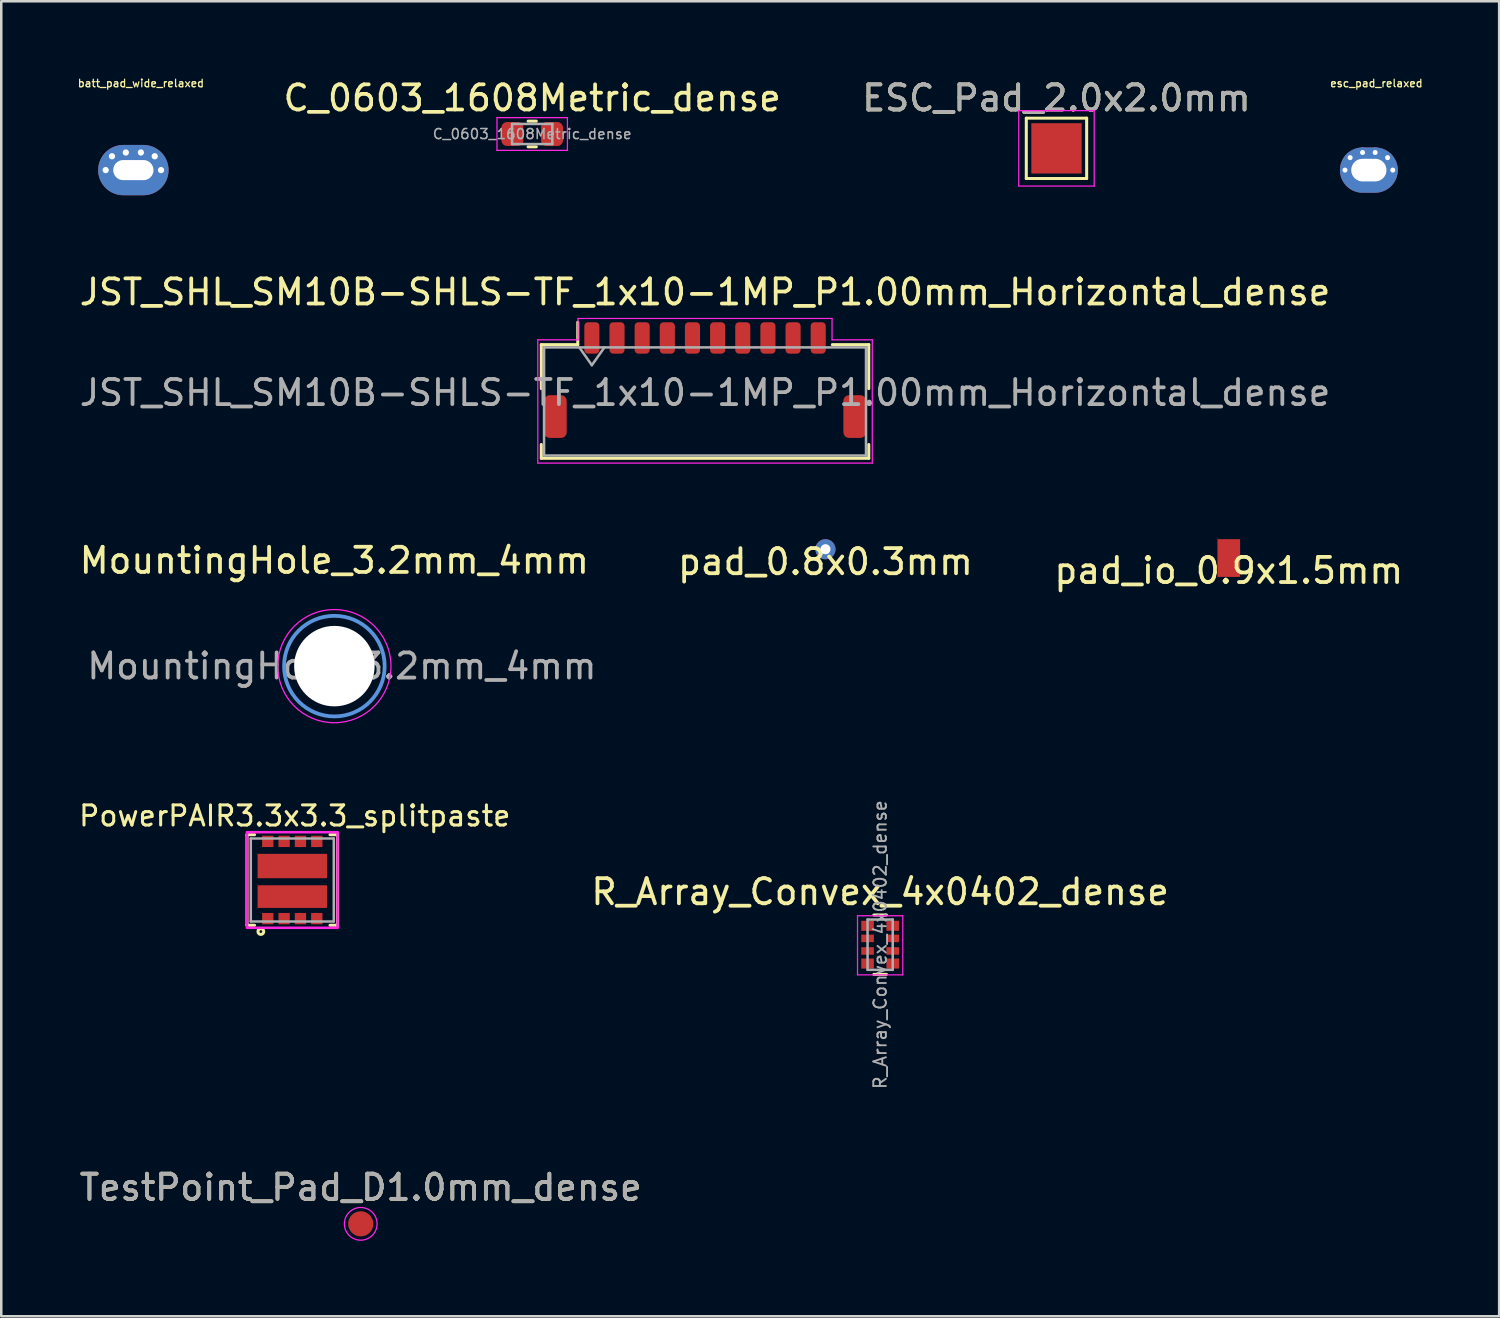
<source format=kicad_pcb>
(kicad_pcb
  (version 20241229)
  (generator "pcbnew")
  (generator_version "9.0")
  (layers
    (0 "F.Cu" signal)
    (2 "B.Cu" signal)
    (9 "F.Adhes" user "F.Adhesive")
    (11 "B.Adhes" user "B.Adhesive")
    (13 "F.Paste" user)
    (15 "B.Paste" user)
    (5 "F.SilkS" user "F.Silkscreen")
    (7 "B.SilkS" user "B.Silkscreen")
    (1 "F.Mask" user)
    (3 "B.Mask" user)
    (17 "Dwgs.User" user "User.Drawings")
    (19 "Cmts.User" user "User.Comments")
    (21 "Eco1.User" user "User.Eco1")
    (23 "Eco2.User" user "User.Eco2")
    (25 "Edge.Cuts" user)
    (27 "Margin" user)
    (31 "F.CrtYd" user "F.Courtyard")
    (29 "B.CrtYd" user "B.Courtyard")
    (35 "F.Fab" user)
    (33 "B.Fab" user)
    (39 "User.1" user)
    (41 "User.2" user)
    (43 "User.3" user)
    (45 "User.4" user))
  (footprint "R_Array_Convex_4x0402_dense"
    (layer "F.Cu")
    (at 31.944 34.51)
    (property "Reference" "R_Array_Convex_4x0402_dense" (at 0 -2.1 0) (layer "F.SilkS") (effects (font (size 1 1) (thickness 0.15))))
    (attr smd)
    (fp_line (start 0.25 -1.18) (end -0.25 -1.18) (stroke (width 0.12) (type solid)) (layer "F.SilkS"))
    (fp_line (start 0.25 1.18) (end -0.25 1.18) (stroke (width 0.12) (type solid)) (layer "F.SilkS"))
    (fp_line (start -0.9 -1.15) (end -0.9 1.2) (stroke (width 0.05) (type solid)) (layer "F.CrtYd"))
    (fp_line (start -0.9 -1.15) (end 0.9 -1.15) (stroke (width 0.05) (type solid)) (layer "F.CrtYd"))
    (fp_line (start 0.9 1.2) (end -0.9 1.2) (stroke (width 0.05) (type solid)) (layer "F.CrtYd"))
    (fp_line (start 0.9 1.2) (end 0.9 -1.15) (stroke (width 0.05) (type solid)) (layer "F.CrtYd"))
    (fp_line (start -0.5 -1) (end 0.5 -1) (stroke (width 0.1) (type solid)) (layer "F.Fab"))
    (fp_line (start -0.5 1) (end -0.5 -1) (stroke (width 0.1) (type solid)) (layer "F.Fab"))
    (fp_line (start 0.5 -1) (end 0.5 1) (stroke (width 0.1) (type solid)) (layer "F.Fab"))
    (fp_line (start 0.5 1) (end -0.5 1) (stroke (width 0.1) (type solid)) (layer "F.Fab"))
    (fp_text user "${REFERENCE}" (at 0 0 90) (layer "F.Fab") (effects (font (size 0.5 0.5) (thickness 0.075))))
    (pad "1" smd rect (at -0.5 -0.75) (size 0.5 0.4) (layers "F.Cu" "F.Mask" "F.Paste"))
    (pad "2" smd rect (at -0.5 -0.25) (size 0.5 0.3) (layers "F.Cu" "F.Mask" "F.Paste"))
    (pad "3" smd rect (at -0.5 0.25) (size 0.5 0.3) (layers "F.Cu" "F.Mask" "F.Paste"))
    (pad "4" smd rect (at -0.5 0.75) (size 0.5 0.4) (layers "F.Cu" "F.Mask" "F.Paste"))
    (pad "5" smd rect (at 0.5 0.75) (size 0.5 0.4) (layers "F.Cu" "F.Mask" "F.Paste"))
    (pad "6" smd rect (at 0.5 0.25) (size 0.5 0.3) (layers "F.Cu" "F.Mask" "F.Paste"))
    (pad "7" smd rect (at 0.5 -0.25) (size 0.5 0.3) (layers "F.Cu" "F.Mask" "F.Paste"))
    (pad "8" smd rect (at 0.5 -0.75) (size 0.5 0.4) (layers "F.Cu" "F.Mask" "F.Paste")))
  (footprint "JST_SHL_SM10B-SHLS-TF_1x10-1MP_P1.00mm_Horizontal_dense"
    (layer "F.Cu")
    (at 24.982 12.062)
    (property "Reference" "JST_SHL_SM10B-SHLS-TF_1x10-1MP_P1.00mm_Horizontal_dense" (at 0 -3.5 0) (layer "F.SilkS") (effects (font (size 1 1) (thickness 0.15))))
    (attr smd)
    (fp_line (start -6.51 -1.41) (end -5.06 -1.41) (stroke (width 0.12) (type solid)) (layer "F.SilkS"))
    (fp_line (start -6.51 0.34) (end -6.51 -1.41) (stroke (width 0.12) (type solid)) (layer "F.SilkS"))
    (fp_line (start -6.51 2.56) (end -6.51 3.11) (stroke (width 0.12) (type solid)) (layer "F.SilkS"))
    (fp_line (start -6.51 3.11) (end 6.51 3.11) (stroke (width 0.12) (type solid)) (layer "F.SilkS"))
    (fp_line (start -5.06 -1.41) (end -5.06 -2.3) (stroke (width 0.12) (type solid)) (layer "F.SilkS"))
    (fp_line (start 6.51 -1.41) (end 5.06 -1.41) (stroke (width 0.12) (type solid)) (layer "F.SilkS"))
    (fp_line (start 6.51 0.34) (end 6.51 -1.41) (stroke (width 0.12) (type solid)) (layer "F.SilkS"))
    (fp_line (start 6.51 3.11) (end 6.51 2.56) (stroke (width 0.12) (type solid)) (layer "F.SilkS"))
    (fp_line (start -6.65 -1.6) (end -6.65 3.3) (stroke (width 0.05) (type solid)) (layer "F.CrtYd"))
    (fp_line (start -6.65 3.3) (end 6.65 3.3) (stroke (width 0.05) (type solid)) (layer "F.CrtYd"))
    (fp_line (start -5.05 -2.45) (end -5.05 -1.6) (stroke (width 0.05) (type solid)) (layer "F.CrtYd"))
    (fp_line (start -5.05 -1.6) (end -6.65 -1.6) (stroke (width 0.05) (type solid)) (layer "F.CrtYd"))
    (fp_line (start 5.05 -2.45) (end -5.05 -2.45) (stroke (width 0.05) (type solid)) (layer "F.CrtYd"))
    (fp_line (start 5.05 -2.45) (end 5.05 -1.6) (stroke (width 0.05) (type solid)) (layer "F.CrtYd"))
    (fp_line (start 5.05 -1.6) (end 6.65 -1.6) (stroke (width 0.05) (type solid)) (layer "F.CrtYd"))
    (fp_line (start 6.65 3.3) (end 6.65 -1.6) (stroke (width 0.05) (type solid)) (layer "F.CrtYd"))
    (fp_line (start -6.4 -1.3) (end -6.4 3) (stroke (width 0.1) (type solid)) (layer "F.Fab"))
    (fp_line (start -6.4 -1.3) (end 6.4 -1.3) (stroke (width 0.1) (type solid)) (layer "F.Fab"))
    (fp_line (start -6.4 3) (end 6.4 3) (stroke (width 0.1) (type solid)) (layer "F.Fab"))
    (fp_line (start -5 -1.3) (end -4.5 -0.593) (stroke (width 0.1) (type solid)) (layer "F.Fab"))
    (fp_line (start -4.5 -0.593) (end -4 -1.3) (stroke (width 0.1) (type solid)) (layer "F.Fab"))
    (fp_line (start 6.4 -1.3) (end 6.4 3) (stroke (width 0.1) (type solid)) (layer "F.Fab"))
    (fp_text user "${REFERENCE}" (at 0 0.5 0) (layer "F.Fab") (effects (font (size 1 1) (thickness 0.15))))
    (pad "1" smd roundrect (at -4.5 -1.675) (size 0.6 1.25) (layers "F.Cu" "F.Mask" "F.Paste") (roundrect_rratio 0.25))
    (pad "2" smd roundrect (at -3.5 -1.675) (size 0.6 1.25) (layers "F.Cu" "F.Mask" "F.Paste") (roundrect_rratio 0.25))
    (pad "3" smd roundrect (at -2.5 -1.675) (size 0.6 1.25) (layers "F.Cu" "F.Mask" "F.Paste") (roundrect_rratio 0.25))
    (pad "4" smd roundrect (at -1.5 -1.675) (size 0.6 1.25) (layers "F.Cu" "F.Mask" "F.Paste") (roundrect_rratio 0.25))
    (pad "5" smd roundrect (at -0.5 -1.675) (size 0.6 1.25) (layers "F.Cu" "F.Mask" "F.Paste") (roundrect_rratio 0.25))
    (pad "6" smd roundrect (at 0.5 -1.675) (size 0.6 1.25) (layers "F.Cu" "F.Mask" "F.Paste") (roundrect_rratio 0.25))
    (pad "7" smd roundrect (at 1.5 -1.675) (size 0.6 1.25) (layers "F.Cu" "F.Mask" "F.Paste") (roundrect_rratio 0.25))
    (pad "8" smd roundrect (at 2.5 -1.675) (size 0.6 1.25) (layers "F.Cu" "F.Mask" "F.Paste") (roundrect_rratio 0.25))
    (pad "9" smd roundrect (at 3.5 -1.675) (size 0.6 1.25) (layers "F.Cu" "F.Mask" "F.Paste") (roundrect_rratio 0.25))
    (pad "10" smd roundrect (at 4.5 -1.675) (size 0.6 1.25) (layers "F.Cu" "F.Mask" "F.Paste") (roundrect_rratio 0.25))
    (pad "MP" smd roundrect (at -5.95 1.45) (size 0.9 1.7) (layers "F.Cu" "F.Mask" "F.Paste") (roundrect_rratio 0.25))
    (pad "MP" smd roundrect (at 5.95 1.45) (size 0.9 1.7) (layers "F.Cu" "F.Mask" "F.Paste") (roundrect_rratio 0.25)))
  (footprint "pad_0.8x0.3mm"
    (layer "F.Cu")
    (at 29.77 18.787)
    (property "Reference" "pad_0.8x0.3mm" (at 0 0.5 0) (layer "F.SilkS") (effects (font (size 1 1) (thickness 0.15))))
    (attr through_hole)
    (pad "1" thru_hole circle (at 0 0) (size 0.8 0.8) (drill 0.4) (layers "*.Cu" "*.Mask")))
  (footprint "TestPoint_Pad_D1.0mm_dense"
    (layer "F.Cu")
    (at 11.292 45.609)
    (property "Reference" "TestPoint_Pad_D1.0mm_dense" (at 0 -1.448 0) (layer "F.SilkS") (effects (font (size 1 1) (thickness 0.15))))
    (attr exclude_from_pos_files exclude_from_bom)
    (fp_circle (center 0 0) (end 0.65 0) (stroke (width 0.05) (type solid)) (fill no) (layer "F.CrtYd"))
    (fp_text user "${REFERENCE}" (at 0 -1.45 0) (layer "F.Fab") (effects (font (size 1 1) (thickness 0.15))))
    (pad "1" smd circle (at 0 0) (size 1 1) (layers "F.Cu" "F.Mask")))
  (footprint "PowerPAIR3.3x3.3_splitpaste"
    (layer "F.Cu")
    (at 8.571 31.938)
    (property "Reference" "PowerPAIR3.3x3.3_splitpaste" (at 0.1 -2.55 0) (layer "F.SilkS") (effects (font (size 0.8 0.8) (thickness 0.12))))
    (attr smd)
    (fp_line (start -1.8 -1.8) (end -1.8 1.8) (stroke (width 0.12) (type solid)) (layer "F.SilkS"))
    (fp_line (start -1.8 1.8) (end -1.5 1.8) (stroke (width 0.12) (type solid)) (layer "F.SilkS"))
    (fp_line (start -1.5 -1.8) (end -1.8 -1.8) (stroke (width 0.12) (type solid)) (layer "F.SilkS"))
    (fp_line (start 1.5 -1.8) (end 1.8 -1.8) (stroke (width 0.12) (type solid)) (layer "F.SilkS"))
    (fp_line (start 1.8 -1.8) (end 1.8 1.8) (stroke (width 0.12) (type solid)) (layer "F.SilkS"))
    (fp_line (start 1.8 1.8) (end 1.5 1.8) (stroke (width 0.12) (type solid)) (layer "F.SilkS"))
    (fp_circle (center -1.25 2.05) (end -1.195 2.05) (stroke (width 0.12) (type solid)) (fill no) (layer "F.SilkS"))
    (fp_line (start -1.8 -1.9) (end -1.8 1.9) (stroke (width 0.1) (type solid)) (layer "F.CrtYd"))
    (fp_line (start -1.8 -1.9) (end 1.8 -1.9) (stroke (width 0.1) (type solid)) (layer "F.CrtYd"))
    (fp_line (start -1.8 1.9) (end 1.8 1.9) (stroke (width 0.1) (type solid)) (layer "F.CrtYd"))
    (fp_line (start 1.8 -1.9) (end 1.8 1.9) (stroke (width 0.1) (type solid)) (layer "F.CrtYd"))
    (fp_line (start -1.65 -1.65) (end 1.65 -1.65) (stroke (width 0.1) (type solid)) (layer "F.Fab"))
    (fp_line (start -1.65 1.65) (end -1.65 -1.65) (stroke (width 0.1) (type solid)) (layer "F.Fab"))
    (fp_line (start 1.65 -1.65) (end 1.65 1.65) (stroke (width 0.1) (type solid)) (layer "F.Fab"))
    (fp_line (start 1.65 1.65) (end -1.65 1.65) (stroke (width 0.1) (type solid)) (layer "F.Fab"))
    (pad "" smd roundrect (at -0.755 -0.555) (size 1.25 0.9) (layers "F.Paste") (roundrect_rratio 0.2))
    (pad "" smd roundrect (at -0.755 0.66) (size 1.25 0.8) (layers "F.Paste") (roundrect_rratio 0.2))
    (pad "" smd roundrect (at 0.755 -0.555) (size 1.25 0.9) (layers "F.Paste") (roundrect_rratio 0.2))
    (pad "" smd roundrect (at 0.755 0.66) (size 1.25 0.8) (layers "F.Paste") (roundrect_rratio 0.2))
    (pad "1" smd rect (at -0.975 1.536) (size 0.45 0.45) (layers "F.Cu" "F.Mask" "F.Paste"))
    (pad "2" smd rect (at -0.325 1.536) (size 0.45 0.45) (layers "F.Cu" "F.Mask" "F.Paste"))
    (pad "2" smd rect (at 0 0.66) (size 2.76 0.9) (layers "F.Cu" "F.Mask"))
    (pad "2" smd rect (at 0.325 1.536) (size 0.45 0.45) (layers "F.Cu" "F.Mask" "F.Paste"))
    (pad "2" smd rect (at 0.975 1.536) (size 0.45 0.45) (layers "F.Cu" "F.Mask" "F.Paste"))
    (pad "3" smd rect (at 0 -0.555) (size 2.76 0.97) (layers "F.Cu" "F.Mask"))
    (pad "4" smd rect (at -0.325 -1.536) (size 0.45 0.45) (layers "F.Cu" "F.Mask" "F.Paste"))
    (pad "4" smd rect (at 0.325 -1.536) (size 0.45 0.45) (layers "F.Cu" "F.Mask" "F.Paste"))
    (pad "4" smd rect (at 0.975 -1.536) (size 0.45 0.45) (layers "F.Cu" "F.Mask" "F.Paste"))
    (pad "5" smd rect (at -0.975 -1.536) (size 0.45 0.45) (layers "F.Cu" "F.Mask" "F.Paste")))
  (footprint "esc_pad_relaxed"
    (layer "F.Cu")
    (at 51.375 3.713)
    (property "Reference" "esc_pad_relaxed" (at 0.3 -3.45 0) (layer "F.SilkS") (effects (font (size 0.3 0.3) (thickness 0.05))))
    (attr through_hole)
    (pad "1" thru_hole oval (at -0.95 0) (size 0.4 0.4) (drill 0.2) (layers "*.Cu" "*.Mask"))
    (pad "1" thru_hole oval (at -0.745 -0.495) (size 0.4 0.4) (drill 0.2) (layers "*.Cu" "*.Mask"))
    (pad "1" thru_hole oval (at -0.25 -0.7) (size 0.4 0.4) (drill 0.2) (layers "*.Cu" "*.Mask"))
    (pad "1" thru_hole oval (at 0 0) (size 2.3 1.8) (drill oval 1.4 0.9) (layers "*.Cu" "*.Mask"))
    (pad "1" thru_hole oval (at 0.25 -0.7) (size 0.4 0.4) (drill 0.2) (layers "*.Cu" "*.Mask"))
    (pad "1" thru_hole oval (at 0.745 -0.495) (size 0.4 0.4) (drill 0.2) (layers "*.Cu" "*.Mask"))
    (pad "1" thru_hole oval (at 0.95 0) (size 0.4 0.4) (drill 0.2) (layers "*.Cu" "*.Mask")))
  (footprint "ESC_Pad_2.0x2.0mm"
    (layer "F.Cu")
    (at 38.955 2.848)
    (property "Reference" "ESC_Pad_2.0x2.0mm" (at 0 -1.998 0) (layer "F.SilkS") (effects (font (size 1 1) (thickness 0.15))))
    (attr exclude_from_pos_files exclude_from_bom)
    (fp_line (start -1.2 -1.2) (end 1.2 -1.2) (stroke (width 0.12) (type solid)) (layer "F.SilkS"))
    (fp_line (start -1.2 1.2) (end -1.2 -1.2) (stroke (width 0.12) (type solid)) (layer "F.SilkS"))
    (fp_line (start 1.2 -1.2) (end 1.2 1.2) (stroke (width 0.12) (type solid)) (layer "F.SilkS"))
    (fp_line (start 1.2 1.2) (end -1.2 1.2) (stroke (width 0.12) (type solid)) (layer "F.SilkS"))
    (fp_line (start -1.5 -1.5) (end -1.5 1.5) (stroke (width 0.05) (type solid)) (layer "F.CrtYd"))
    (fp_line (start -1.5 -1.5) (end 1.5 -1.5) (stroke (width 0.05) (type solid)) (layer "F.CrtYd"))
    (fp_line (start 1.5 1.5) (end -1.5 1.5) (stroke (width 0.05) (type solid)) (layer "F.CrtYd"))
    (fp_line (start 1.5 1.5) (end 1.5 -1.5) (stroke (width 0.05) (type solid)) (layer "F.CrtYd"))
    (fp_text user "${REFERENCE}" (at 0 -2 0) (layer "F.Fab") (effects (font (size 1 1) (thickness 0.15))))
    (pad "1" smd rect (at 0 0) (size 2 2) (layers "F.Cu" "F.Mask")))
  (footprint "batt_pad_wide_relaxed"
    (layer "F.Cu")
    (at 2.252 3.713)
    (property "Reference" "batt_pad_wide_relaxed" (at 0.3 -3.45 0) (layer "F.SilkS") (effects (font (size 0.3 0.3) (thickness 0.05))))
    (attr through_hole)
    (pad "1" thru_hole circle (at -1.1 0) (size 0.5 0.5) (drill 0.25) (layers "*.Cu" "*.Mask"))
    (pad "1" thru_hole circle (at -0.85 -0.55) (size 0.5 0.5) (drill 0.25) (layers "*.Cu" "*.Mask"))
    (pad "1" thru_hole circle (at -0.3 -0.7) (size 0.5 0.5) (drill 0.25) (layers "*.Cu" "*.Mask"))
    (pad "1" thru_hole oval (at 0 0) (size 2.8 2) (drill oval 1.6 0.8) (layers "*.Cu" "*.Mask"))
    (pad "1" thru_hole circle (at 0.3 -0.7) (size 0.5 0.5) (drill 0.25) (layers "*.Cu" "*.Mask"))
    (pad "1" thru_hole circle (at 0.85 -0.55) (size 0.5 0.5) (drill 0.25) (layers "*.Cu" "*.Mask"))
    (pad "1" thru_hole circle (at 1.1 0) (size 0.5 0.5) (drill 0.25) (layers "*.Cu" "*.Mask")))
  (footprint "pad_io_0.9x1.5mm"
    (layer "F.Cu")
    (at 45.806 19.137)
    (property "Reference" "pad_io_0.9x1.5mm" (at 0 0.5 0) (layer "F.SilkS") (effects (font (size 1 1) (thickness 0.15))))
    (attr exclude_from_pos_files exclude_from_bom)
    (pad "1" smd rect (at 0 0) (size 0.9 1.5) (layers "F.Cu" "F.Mask")))
  (footprint "MountingHole_3.2mm_4mm"
    (layer "F.Cu")
    (at 10.244 23.435)
    (property "Reference" "MountingHole_3.2mm_4mm" (at 0 -4.2 0) (layer "F.SilkS") (effects (font (size 1 1) (thickness 0.15))))
    (attr exclude_from_pos_files exclude_from_bom)
    (fp_circle (center 0 0) (end 2 0) (stroke (width 0.15) (type solid)) (fill no) (layer "Cmts.User"))
    (fp_circle (center 0 0) (end 2.25 0) (stroke (width 0.05) (type solid)) (fill no) (layer "F.CrtYd"))
    (fp_text user "${REFERENCE}" (at 0.3 0 0) (layer "F.Fab") (effects (font (size 1 1) (thickness 0.15))))
    (pad "" np_thru_hole circle (at 0 0) (size 3.2 3.2) (drill 3.2) (layers "*.Cu" "*.Mask")))
  (footprint "C_0603_1608Metric_dense"
    (layer "F.Cu")
    (at 18.11 2.278)
    (property "Reference" "C_0603_1608Metric_dense" (at 0 -1.43 180) (layer "F.SilkS") (effects (font (size 1 1) (thickness 0.15))))
    (attr smd)
    (fp_line (start -0.163 -0.51) (end 0.163 -0.51) (stroke (width 0.12) (type solid)) (layer "F.SilkS"))
    (fp_line (start -0.163 0.51) (end 0.163 0.51) (stroke (width 0.12) (type solid)) (layer "F.SilkS"))
    (fp_line (start -1.4 -0.65) (end 1.4 -0.65) (stroke (width 0.05) (type solid)) (layer "F.CrtYd"))
    (fp_line (start -1.4 0.65) (end -1.4 -0.65) (stroke (width 0.05) (type solid)) (layer "F.CrtYd"))
    (fp_line (start 1.4 -0.65) (end 1.4 0.65) (stroke (width 0.05) (type solid)) (layer "F.CrtYd"))
    (fp_line (start 1.4 0.65) (end -1.4 0.65) (stroke (width 0.05) (type solid)) (layer "F.CrtYd"))
    (fp_line (start -0.8 -0.4) (end 0.8 -0.4) (stroke (width 0.1) (type solid)) (layer "F.Fab"))
    (fp_line (start -0.8 0.4) (end -0.8 -0.4) (stroke (width 0.1) (type solid)) (layer "F.Fab"))
    (fp_line (start 0.8 -0.4) (end 0.8 0.4) (stroke (width 0.1) (type solid)) (layer "F.Fab"))
    (fp_line (start 0.8 0.4) (end -0.8 0.4) (stroke (width 0.1) (type solid)) (layer "F.Fab"))
    (fp_text user "${REFERENCE}" (at 0 0 180) (layer "F.Fab") (effects (font (size 0.4 0.4) (thickness 0.06))))
    (pad "1" smd roundrect (at -0.787 0) (size 0.875 0.95) (layers "F.Cu" "F.Mask" "F.Paste") (roundrect_rratio 0.25))
    (pad "2" smd roundrect (at 0.787 0) (size 0.875 0.95) (layers "F.Cu" "F.Mask" "F.Paste") (roundrect_rratio 0.25)))
  (gr_rect
    (start -3 -3)
    (end 56.556 49.284)
    (stroke (width 0.1) (type default))
    (fill no)
    (layer "Edge.Cuts")))
</source>
